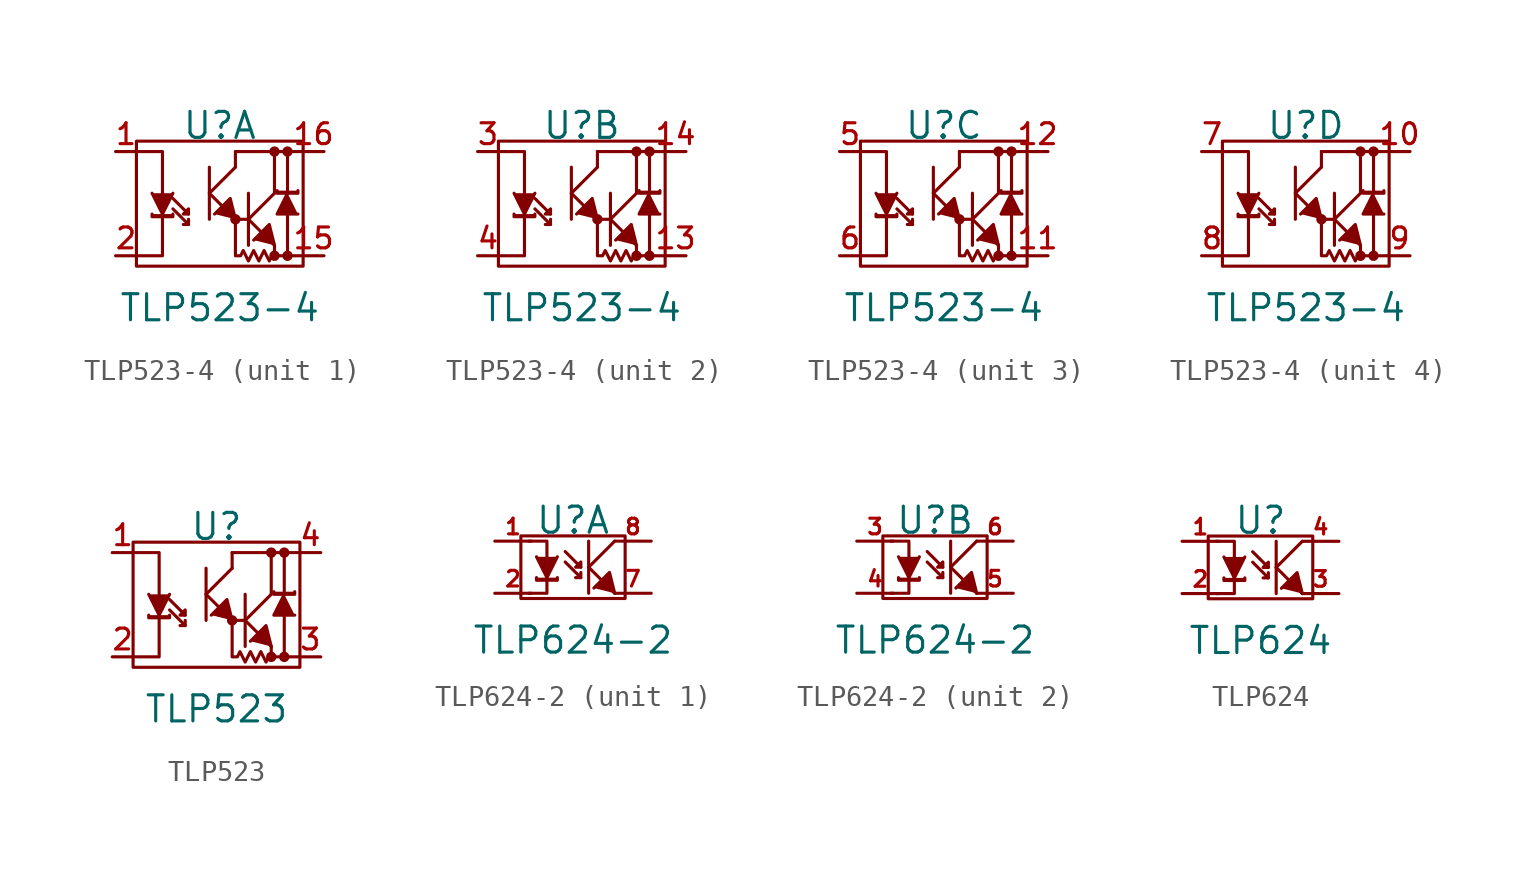
<source format=kicad_sym>
(kicad_symbol_lib
  (version 20220914)
  (generator kicad_symbol_editor)
  (symbol "TLP523-4"
    (pin_names
      (offset 0) hide)
    (property "Reference" "U"
      (at 0 3.81 0)
      (effects (font (size 1.27 1.27))))
    (property "Value" "TLP523-4"
      (at 0 -5.08 0)
      (effects (font (size 1.27 1.27))))
    (property "Footprint" ""
      (at 0 0 0)
      (effects (font (size 1.524 1.524))))
    (property "Datasheet" ""
      (at 0 0 0)
      (effects (font (size 1.524 1.524))))
    (symbol "TLP523-4_0_1"
      (rectangle (start -4.064 3.048) (end 4.064 -3.048) (stroke (width 0) (type solid)) (fill (type none)))
      (polyline (pts (xy -1.524 -0.508) (xy -2.286 0.254) (xy -2.286 0.254)) (stroke (width 0) (type solid)) (fill (type none)))
      (polyline (pts (xy -0.508 0.508) (xy 0.762 -0.762) (xy 0.762 -0.762)) (stroke (width 0) (type solid)) (fill (type outline)))
      (polyline (pts (xy -0.508 0.508) (xy 0.762 1.778) (xy 0.762 1.778)) (stroke (width 0) (type solid)) (fill (type outline)))
      (polyline (pts (xy -0.508 1.778) (xy -0.508 -0.762) (xy -0.508 -0.762)) (stroke (width 0) (type solid)) (fill (type outline)))
      (polyline (pts (xy 0.762 -0.762) (xy 1.397 -0.762) (xy 1.397 -0.762)) (stroke (width 0) (type solid)) (fill (type none)))
      (polyline (pts (xy 0.762 1.778) (xy 0.762 2.54) (xy 0.762 2.54)) (stroke (width 0) (type solid)) (fill (type none)))
      (polyline (pts (xy 1.397 -0.762) (xy 2.667 -2.032) (xy 2.667 -2.032)) (stroke (width 0) (type solid)) (fill (type outline)))
      (polyline (pts (xy 1.397 -0.762) (xy 2.667 0.508) (xy 2.667 0.508)) (stroke (width 0) (type solid)) (fill (type outline)))
      (polyline (pts (xy 1.397 0.508) (xy 1.397 -2.032) (xy 1.397 -2.032)) (stroke (width 0) (type solid)) (fill (type outline)))
      (polyline (pts (xy 2.667 0.508) (xy 2.667 2.54) (xy 2.667 2.54)) (stroke (width 0) (type solid)) (fill (type none)))
      (polyline (pts (xy 3.302 -0.508) (xy 3.302 -2.54) (xy 3.302 -2.54)) (stroke (width 0) (type solid)) (fill (type outline)))
      (polyline (pts (xy 3.302 2.54) (xy 0.762 2.54) (xy 0.762 2.54)) (stroke (width 0) (type solid)) (fill (type none)))
      (polyline (pts (xy 3.302 2.54) (xy 3.302 0.635) (xy 3.302 0.635)) (stroke (width 0) (type solid)) (fill (type none)))
      (polyline (pts (xy 3.302 2.54) (xy 4.064 2.54) (xy 4.064 2.54)) (stroke (width 0) (type solid)) (fill (type none)))
      (polyline (pts (xy 4.064 -2.54) (xy 2.667 -2.54) (xy 2.667 -2.54)) (stroke (width 0) (type solid)) (fill (type outline)))
      (polyline (pts (xy -4.064 2.54) (xy -2.794 2.54) (xy -2.794 0.508) (xy -2.794 0.508)) (stroke (width 0) (type solid)) (fill (type none)))
      (polyline (pts (xy -2.794 -0.635) (xy -2.794 -2.54) (xy -4.064 -2.54) (xy -4.064 -2.54)) (stroke (width 0) (type solid)) (fill (type none)))
      (polyline (pts (xy -2.286 0.508) (xy -2.794 -0.508) (xy -3.302 0.508) (xy -3.302 0.508)) (stroke (width 0) (type solid)) (fill (type outline)))
      (polyline (pts (xy -1.524 -1.016) (xy -2.286 -0.254) (xy -2.286 -0.254) (xy -2.286 -0.254)) (stroke (width 0) (type solid)) (fill (type none)))
      (polyline (pts (xy -1.524 -0.762) (xy -1.524 -1.016) (xy -1.778 -1.016) (xy -1.778 -1.016)) (stroke (width 0) (type solid)) (fill (type outline)))
      (polyline (pts (xy 0.762 -0.762) (xy 0.508 0.254) (xy -0.254 -0.508) (xy -0.254 -0.508)) (stroke (width 0) (type solid)) (fill (type outline)))
      (polyline (pts (xy 2.667 -2.032) (xy 2.413 -1.016) (xy 1.651 -1.778) (xy 1.651 -1.778)) (stroke (width 0) (type solid)) (fill (type outline)))
      (polyline (pts (xy 3.302 0.508) (xy 2.794 -0.508) (xy 3.81 -0.508) (xy 3.81 -0.508)) (stroke (width 0) (type solid)) (fill (type outline)))
      (polyline (pts (xy -3.302 -0.508) (xy -3.302 -0.635) (xy -2.286 -0.635) (xy -2.286 -0.508) (xy -2.286 -0.508)) (stroke (width 0) (type solid)) (fill (type outline)))
      (polyline (pts (xy -1.778 -0.508) (xy -1.524 -0.508) (xy -1.524 -0.254) (xy -1.778 -0.508) (xy -1.778 -0.508)) (stroke (width 0) (type solid)) (fill (type outline)))
      (polyline (pts (xy 3.81 0.635) (xy 3.81 0.508) (xy 2.794 0.508) (xy 2.794 0.635) (xy 2.794 0.635)) (stroke (width 0) (type solid)) (fill (type outline)))
      (polyline (pts (xy 0.762 -0.762) (xy 0.762 -2.54) (xy 1.016 -2.54) (xy 1.143 -2.286) (xy 1.397 -2.794) (xy 1.651 -2.286) (xy 1.905 -2.794) (xy 2.159 -2.286) (xy 2.413 -2.794) (xy 2.54 -2.54) (xy 2.667 -2.54) (xy 2.667 -2.032) (xy 2.667 -2.032)) (stroke (width 0) (type solid)) (fill (type none)))
      (circle (center 0.762 -0.762) (radius 0.178) (stroke (width 0) (type solid)) (fill (type outline)))
      (circle (center 2.667 -2.54) (radius 0.178) (stroke (width 0) (type solid)) (fill (type outline)))
      (circle (center 2.667 2.54) (radius 0.178) (stroke (width 0) (type solid)) (fill (type outline)))
      (circle (center 3.302 -2.54) (radius 0.178) (stroke (width 0) (type solid)) (fill (type outline)))
      (circle (center 3.302 2.54) (radius 0.178) (stroke (width 0) (type solid)) (fill (type outline))))
    (symbol "TLP523-4_1_1"
      (pin passive line (at -5.08 2.54 0) (length 1.016) (name "A" (effects (font (size 1.016 1.016)))) (number "1" (effects (font (size 1.016 1.016)))))
      (pin passive line (at 5.08 -2.54 180) (length 1.016) (name "E" (effects (font (size 1.016 1.016)))) (number "15" (effects (font (size 1.016 1.016)))))
      (pin passive line (at 5.08 2.54 180) (length 1.016) (name "C" (effects (font (size 1.016 1.016)))) (number "16" (effects (font (size 1.016 1.016)))))
      (pin passive line (at -5.08 -2.54 0) (length 1.016) (name "K" (effects (font (size 1.016 1.016)))) (number "2" (effects (font (size 1.016 1.016))))))
    (symbol "TLP523-4_2_1"
      (pin passive line (at 5.08 -2.54 180) (length 1.016) (name "E" (effects (font (size 1.016 1.016)))) (number "13" (effects (font (size 1.016 1.016)))))
      (pin passive line (at 5.08 2.54 180) (length 1.016) (name "C" (effects (font (size 1.016 1.016)))) (number "14" (effects (font (size 1.016 1.016)))))
      (pin passive line (at -5.08 2.54 0) (length 1.016) (name "A" (effects (font (size 1.016 1.016)))) (number "3" (effects (font (size 1.016 1.016)))))
      (pin passive line (at -5.08 -2.54 0) (length 1.016) (name "K" (effects (font (size 1.016 1.016)))) (number "4" (effects (font (size 1.016 1.016))))))
    (symbol "TLP523-4_3_1"
      (pin passive line (at 5.08 -2.54 180) (length 1.016) (name "E" (effects (font (size 1.016 1.016)))) (number "11" (effects (font (size 1.016 1.016)))))
      (pin passive line (at 5.08 2.54 180) (length 1.016) (name "C" (effects (font (size 1.016 1.016)))) (number "12" (effects (font (size 1.016 1.016)))))
      (pin passive line (at -5.08 2.54 0) (length 1.016) (name "A" (effects (font (size 1.016 1.016)))) (number "5" (effects (font (size 1.016 1.016)))))
      (pin passive line (at -5.08 -2.54 0) (length 1.016) (name "K" (effects (font (size 1.016 1.016)))) (number "6" (effects (font (size 1.016 1.016))))))
    (symbol "TLP523-4_4_1"
      (pin passive line (at 5.08 2.54 180) (length 1.016) (name "C" (effects (font (size 1.016 1.016)))) (number "10" (effects (font (size 1.016 1.016)))))
      (pin passive line (at -5.08 2.54 0) (length 1.016) (name "A" (effects (font (size 1.016 1.016)))) (number "7" (effects (font (size 1.016 1.016)))))
      (pin passive line (at -5.08 -2.54 0) (length 1.016) (name "K" (effects (font (size 1.016 1.016)))) (number "8" (effects (font (size 1.016 1.016)))))
      (pin passive line (at 5.08 -2.54 180) (length 1.016) (name "E" (effects (font (size 1.016 1.016)))) (number "9" (effects (font (size 1.016 1.016)))))))
  (symbol "TLP523"
    (pin_names
      (offset 0) hide)
    (property "Reference" "U"
      (at 0 3.81 0)
      (effects (font (size 1.27 1.27))))
    (property "Value" "TLP523"
      (at 0 -5.08 0)
      (effects (font (size 1.27 1.27))))
    (property "Footprint" ""
      (at 0 0 0)
      (effects (font (size 1.524 1.524))))
    (property "Datasheet" ""
      (at 0 0 0)
      (effects (font (size 1.524 1.524))))
    (symbol "TLP523_0_1"
      (rectangle (start -4.064 3.048) (end 4.064 -3.048) (stroke (width 0) (type solid)) (fill (type none)))
      (polyline (pts (xy -1.524 -0.508) (xy -2.286 0.254) (xy -2.286 0.254)) (stroke (width 0) (type solid)) (fill (type none)))
      (polyline (pts (xy -0.508 0.508) (xy 0.762 -0.762) (xy 0.762 -0.762)) (stroke (width 0) (type solid)) (fill (type outline)))
      (polyline (pts (xy -0.508 0.508) (xy 0.762 1.778) (xy 0.762 1.778)) (stroke (width 0) (type solid)) (fill (type outline)))
      (polyline (pts (xy -0.508 1.778) (xy -0.508 -0.762) (xy -0.508 -0.762)) (stroke (width 0) (type solid)) (fill (type outline)))
      (polyline (pts (xy 0.762 -0.762) (xy 1.397 -0.762) (xy 1.397 -0.762)) (stroke (width 0) (type solid)) (fill (type none)))
      (polyline (pts (xy 0.762 1.778) (xy 0.762 2.54) (xy 0.762 2.54)) (stroke (width 0) (type solid)) (fill (type none)))
      (polyline (pts (xy 1.397 -0.762) (xy 2.667 -2.032) (xy 2.667 -2.032)) (stroke (width 0) (type solid)) (fill (type outline)))
      (polyline (pts (xy 1.397 -0.762) (xy 2.667 0.508) (xy 2.667 0.508)) (stroke (width 0) (type solid)) (fill (type outline)))
      (polyline (pts (xy 1.397 0.508) (xy 1.397 -2.032) (xy 1.397 -2.032)) (stroke (width 0) (type solid)) (fill (type outline)))
      (polyline (pts (xy 2.667 0.508) (xy 2.667 2.54) (xy 2.667 2.54)) (stroke (width 0) (type solid)) (fill (type none)))
      (polyline (pts (xy 3.302 -0.508) (xy 3.302 -2.54) (xy 3.302 -2.54)) (stroke (width 0) (type solid)) (fill (type outline)))
      (polyline (pts (xy 3.302 2.54) (xy 0.762 2.54) (xy 0.762 2.54)) (stroke (width 0) (type solid)) (fill (type none)))
      (polyline (pts (xy 3.302 2.54) (xy 3.302 0.635) (xy 3.302 0.635)) (stroke (width 0) (type solid)) (fill (type none)))
      (polyline (pts (xy 3.302 2.54) (xy 4.064 2.54) (xy 4.064 2.54)) (stroke (width 0) (type solid)) (fill (type none)))
      (polyline (pts (xy 4.064 -2.54) (xy 2.667 -2.54) (xy 2.667 -2.54)) (stroke (width 0) (type solid)) (fill (type outline)))
      (polyline (pts (xy -4.064 2.54) (xy -2.794 2.54) (xy -2.794 0.508) (xy -2.794 0.508)) (stroke (width 0) (type solid)) (fill (type none)))
      (polyline (pts (xy -2.794 -0.635) (xy -2.794 -2.54) (xy -4.064 -2.54) (xy -4.064 -2.54)) (stroke (width 0) (type solid)) (fill (type none)))
      (polyline (pts (xy -2.286 0.508) (xy -2.794 -0.508) (xy -3.302 0.508) (xy -3.302 0.508)) (stroke (width 0) (type solid)) (fill (type outline)))
      (polyline (pts (xy -1.524 -1.016) (xy -2.286 -0.254) (xy -2.286 -0.254) (xy -2.286 -0.254)) (stroke (width 0) (type solid)) (fill (type none)))
      (polyline (pts (xy -1.524 -0.762) (xy -1.524 -1.016) (xy -1.778 -1.016) (xy -1.778 -1.016)) (stroke (width 0) (type solid)) (fill (type outline)))
      (polyline (pts (xy 0.762 -0.762) (xy 0.508 0.254) (xy -0.254 -0.508) (xy -0.254 -0.508)) (stroke (width 0) (type solid)) (fill (type outline)))
      (polyline (pts (xy 2.667 -2.032) (xy 2.413 -1.016) (xy 1.651 -1.778) (xy 1.651 -1.778)) (stroke (width 0) (type solid)) (fill (type outline)))
      (polyline (pts (xy 3.302 0.508) (xy 2.794 -0.508) (xy 3.81 -0.508) (xy 3.81 -0.508)) (stroke (width 0) (type solid)) (fill (type outline)))
      (polyline (pts (xy -3.302 -0.508) (xy -3.302 -0.635) (xy -2.286 -0.635) (xy -2.286 -0.508) (xy -2.286 -0.508)) (stroke (width 0) (type solid)) (fill (type outline)))
      (polyline (pts (xy -1.778 -0.508) (xy -1.524 -0.508) (xy -1.524 -0.254) (xy -1.778 -0.508) (xy -1.778 -0.508)) (stroke (width 0) (type solid)) (fill (type outline)))
      (polyline (pts (xy 3.81 0.635) (xy 3.81 0.508) (xy 2.794 0.508) (xy 2.794 0.635) (xy 2.794 0.635)) (stroke (width 0) (type solid)) (fill (type outline)))
      (polyline (pts (xy 0.762 -0.762) (xy 0.762 -2.54) (xy 1.016 -2.54) (xy 1.143 -2.286) (xy 1.397 -2.794) (xy 1.651 -2.286) (xy 1.905 -2.794) (xy 2.159 -2.286) (xy 2.413 -2.794) (xy 2.54 -2.54) (xy 2.667 -2.54) (xy 2.667 -2.032) (xy 2.667 -2.032)) (stroke (width 0) (type solid)) (fill (type none)))
      (circle (center 0.762 -0.762) (radius 0.178) (stroke (width 0) (type solid)) (fill (type outline)))
      (circle (center 2.667 -2.54) (radius 0.178) (stroke (width 0) (type solid)) (fill (type outline)))
      (circle (center 2.667 2.54) (radius 0.178) (stroke (width 0) (type solid)) (fill (type outline)))
      (circle (center 3.302 -2.54) (radius 0.178) (stroke (width 0) (type solid)) (fill (type outline)))
      (circle (center 3.302 2.54) (radius 0.178) (stroke (width 0) (type solid)) (fill (type outline))))
    (symbol "TLP523_1_1"
      (pin passive line (at -5.08 2.54 0) (length 1.016) (name "A" (effects (font (size 1.016 1.016)))) (number "1" (effects (font (size 1.016 1.016)))))
      (pin passive line (at -5.08 -2.54 0) (length 1.016) (name "K" (effects (font (size 1.016 1.016)))) (number "2" (effects (font (size 1.016 1.016)))))
      (pin passive line (at 5.08 -2.54 180) (length 1.016) (name "E" (effects (font (size 1.016 1.016)))) (number "3" (effects (font (size 1.016 1.016)))))
      (pin passive line (at 5.08 2.54 180) (length 1.016) (name "C" (effects (font (size 1.016 1.016)))) (number "4" (effects (font (size 1.016 1.016)))))))
  (symbol "TLP624-2"
    (pin_names
      (offset 0) hide)
    (property "Reference" "U"
      (at 0 2.286 0)
      (effects (font (size 1.27 1.27))))
    (property "Value" "TLP624-2"
      (at 0 -3.556 0)
      (effects (font (size 1.27 1.27))))
    (property "Footprint" ""
      (at 0 0 0)
      (effects (font (size 1.524 1.524))))
    (property "Datasheet" ""
      (at 0 0 0)
      (effects (font (size 1.524 1.524))))
    (symbol "TLP624-2_0_1"
      (polyline (pts (xy 0.381 0) (xy -0.381 0.762) (xy -0.381 0.762)) (stroke (width 0) (type solid)) (fill (type none)))
      (polyline (pts (xy 0.762 0) (xy 2.032 -1.27) (xy 2.032 -1.27)) (stroke (width 0) (type solid)) (fill (type outline)))
      (polyline (pts (xy 0.762 0) (xy 2.032 1.27) (xy 2.032 1.27)) (stroke (width 0) (type solid)) (fill (type outline)))
      (polyline (pts (xy 0.762 1.27) (xy 0.762 -1.27) (xy 0.762 -1.27)) (stroke (width 0) (type solid)) (fill (type outline)))
      (polyline (pts (xy -0.762 0.508) (xy -1.27 -0.508) (xy -1.778 0.508) (xy -1.778 0.508)) (stroke (width 0) (type solid)) (fill (type outline)))
      (polyline (pts (xy 0.381 -0.508) (xy -0.381 0.254) (xy -0.381 0.254) (xy -0.381 0.254)) (stroke (width 0) (type solid)) (fill (type none)))
      (polyline (pts (xy 0.381 -0.254) (xy 0.381 -0.508) (xy 0.127 -0.508) (xy 0.127 -0.508)) (stroke (width 0) (type solid)) (fill (type outline)))
      (polyline (pts (xy 2.032 -1.27) (xy 1.778 -0.254) (xy 1.016 -1.016) (xy 1.016 -1.016)) (stroke (width 0) (type solid)) (fill (type outline)))
      (polyline (pts (xy -2.159 1.27) (xy -1.27 1.27) (xy -1.27 -1.27) (xy -2.159 -1.27) (xy -2.159 -1.27)) (stroke (width 0) (type solid)) (fill (type none)))
      (polyline (pts (xy -1.778 -0.508) (xy -1.778 -0.635) (xy -0.762 -0.635) (xy -0.762 -0.508) (xy -0.762 -0.508)) (stroke (width 0) (type solid)) (fill (type outline)))
      (polyline (pts (xy 0.127 0) (xy 0.381 0) (xy 0.381 0.254) (xy 0.127 0) (xy 0.127 0)) (stroke (width 0) (type solid)) (fill (type outline)))
      (rectangle (start 2.54 1.524) (end -2.54 -1.524) (stroke (width 0) (type solid)) (fill (type none))))
    (symbol "TLP624-2_1_1"
      (pin passive line (at -3.81 1.27 0) (length 1.778) (name "IN_1" (effects (font (size 0.762 0.762)))) (number "1" (effects (font (size 0.762 0.762)))))
      (pin passive line (at -3.81 -1.27 0) (length 1.778) (name "IN_2" (effects (font (size 0.762 0.762)))) (number "2" (effects (font (size 0.762 0.762)))))
      (pin passive line (at 3.81 -1.27 180) (length 1.778) (name "E" (effects (font (size 0.762 0.762)))) (number "7" (effects (font (size 0.762 0.762)))))
      (pin passive line (at 3.81 1.27 180) (length 1.778) (name "C" (effects (font (size 0.762 0.762)))) (number "8" (effects (font (size 0.762 0.762))))))
    (symbol "TLP624-2_2_1"
      (pin passive line (at -3.81 1.27 0) (length 1.778) (name "IN_1" (effects (font (size 0.762 0.762)))) (number "3" (effects (font (size 0.762 0.762)))))
      (pin passive line (at -3.81 -1.27 0) (length 1.778) (name "IN_2" (effects (font (size 0.762 0.762)))) (number "4" (effects (font (size 0.762 0.762)))))
      (pin passive line (at 3.81 -1.27 180) (length 1.778) (name "E" (effects (font (size 0.762 0.762)))) (number "5" (effects (font (size 0.762 0.762)))))
      (pin passive line (at 3.81 1.27 180) (length 1.778) (name "C" (effects (font (size 0.762 0.762)))) (number "6" (effects (font (size 0.762 0.762)))))))
  (symbol "TLP624"
    (pin_names
      (offset 0) hide)
    (property "Reference" "U"
      (at 0 2.286 0)
      (effects (font (size 1.27 1.27))))
    (property "Value" "TLP624"
      (at 0 -3.556 0)
      (effects (font (size 1.27 1.27))))
    (property "Footprint" ""
      (at 0 0 0)
      (effects (font (size 1.524 1.524))))
    (property "Datasheet" ""
      (at 0 0 0)
      (effects (font (size 1.524 1.524))))
    (symbol "TLP624_0_1"
      (polyline (pts (xy 0.381 0) (xy -0.381 0.762) (xy -0.381 0.762)) (stroke (width 0) (type solid)) (fill (type none)))
      (polyline (pts (xy 0.762 0) (xy 2.032 -1.27) (xy 2.032 -1.27)) (stroke (width 0) (type solid)) (fill (type outline)))
      (polyline (pts (xy 0.762 0) (xy 2.032 1.27) (xy 2.032 1.27)) (stroke (width 0) (type solid)) (fill (type outline)))
      (polyline (pts (xy 0.762 1.27) (xy 0.762 -1.27) (xy 0.762 -1.27)) (stroke (width 0) (type solid)) (fill (type outline)))
      (polyline (pts (xy -0.762 0.508) (xy -1.27 -0.508) (xy -1.778 0.508) (xy -1.778 0.508)) (stroke (width 0) (type solid)) (fill (type outline)))
      (polyline (pts (xy 0.381 -0.508) (xy -0.381 0.254) (xy -0.381 0.254) (xy -0.381 0.254)) (stroke (width 0) (type solid)) (fill (type none)))
      (polyline (pts (xy 0.381 -0.254) (xy 0.381 -0.508) (xy 0.127 -0.508) (xy 0.127 -0.508)) (stroke (width 0) (type solid)) (fill (type outline)))
      (polyline (pts (xy 2.032 -1.27) (xy 1.778 -0.254) (xy 1.016 -1.016) (xy 1.016 -1.016)) (stroke (width 0) (type solid)) (fill (type outline)))
      (polyline (pts (xy -2.159 1.27) (xy -1.27 1.27) (xy -1.27 -1.27) (xy -2.159 -1.27) (xy -2.159 -1.27)) (stroke (width 0) (type solid)) (fill (type none)))
      (polyline (pts (xy -1.778 -0.508) (xy -1.778 -0.635) (xy -0.762 -0.635) (xy -0.762 -0.508) (xy -0.762 -0.508)) (stroke (width 0) (type solid)) (fill (type outline)))
      (polyline (pts (xy 0.127 0) (xy 0.381 0) (xy 0.381 0.254) (xy 0.127 0) (xy 0.127 0)) (stroke (width 0) (type solid)) (fill (type outline)))
      (rectangle (start 2.54 1.524) (end -2.54 -1.524) (stroke (width 0) (type solid)) (fill (type none))))
    (symbol "TLP624_1_1"
      (pin passive line (at -3.81 1.27 0) (length 1.778) (name "IN_1" (effects (font (size 0.762 0.762)))) (number "1" (effects (font (size 0.762 0.762)))))
      (pin passive line (at -3.81 -1.27 0) (length 1.778) (name "IN_2" (effects (font (size 0.762 0.762)))) (number "2" (effects (font (size 0.762 0.762)))))
      (pin passive line (at 3.81 -1.27 180) (length 1.778) (name "E" (effects (font (size 0.762 0.762)))) (number "3" (effects (font (size 0.762 0.762)))))
      (pin passive line (at 3.81 1.27 180) (length 1.778) (name "C" (effects (font (size 0.762 0.762)))) (number "4" (effects (font (size 0.762 0.762))))))))
</source>
